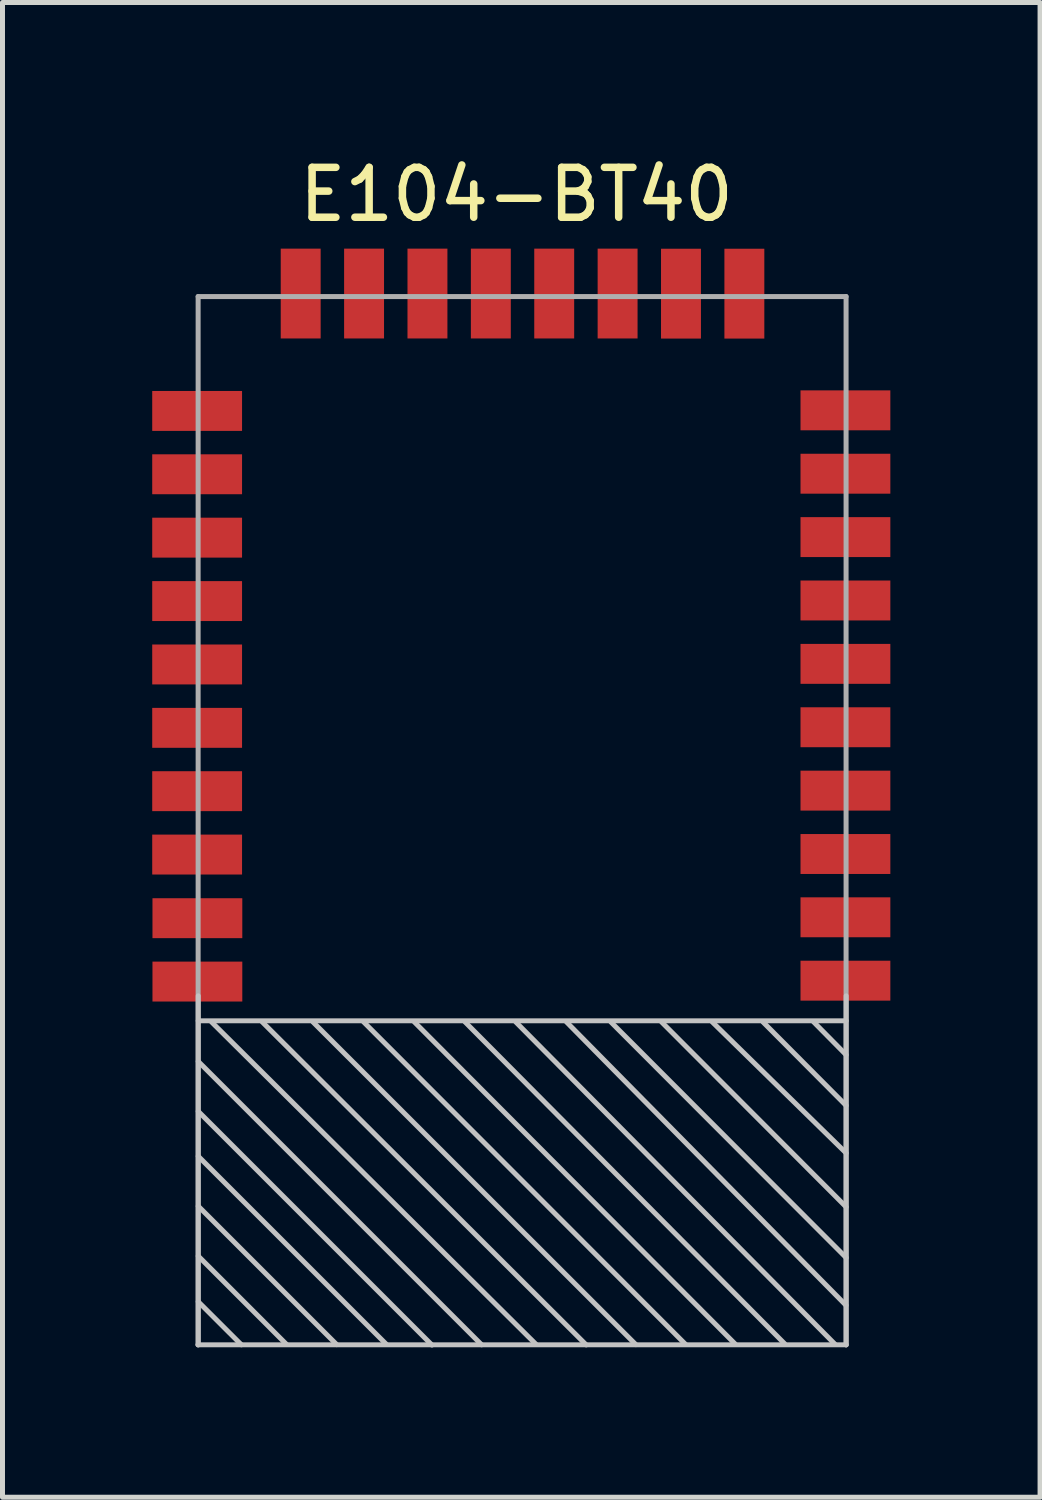
<source format=kicad_pcb>
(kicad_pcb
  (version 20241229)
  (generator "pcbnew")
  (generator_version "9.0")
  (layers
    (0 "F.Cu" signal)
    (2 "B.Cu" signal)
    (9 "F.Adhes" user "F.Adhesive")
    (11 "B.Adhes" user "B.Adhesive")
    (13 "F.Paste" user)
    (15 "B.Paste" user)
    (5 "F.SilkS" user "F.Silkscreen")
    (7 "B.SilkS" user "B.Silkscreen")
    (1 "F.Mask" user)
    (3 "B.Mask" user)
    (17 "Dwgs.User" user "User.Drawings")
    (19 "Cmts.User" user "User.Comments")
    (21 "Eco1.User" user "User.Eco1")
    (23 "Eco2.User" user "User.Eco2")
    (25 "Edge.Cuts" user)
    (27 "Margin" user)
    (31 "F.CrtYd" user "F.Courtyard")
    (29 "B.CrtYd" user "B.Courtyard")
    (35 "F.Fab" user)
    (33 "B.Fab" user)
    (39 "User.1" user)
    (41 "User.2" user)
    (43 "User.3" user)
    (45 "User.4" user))
  (footprint "E104-BT40"
    (layer "F.Cu")
    (at 7.413 10.825)
    (property "Reference" "E104-BT40" (at -0.114 -9.977 180) (layer "F.SilkS") (effects (font (size 1 1) (thickness 0.15))))
    (attr smd)
    (fp_line (start -6.491 6.579) (end 6.492 6.579) (stroke (width 0.1) (type solid)) (layer "Dwgs.User"))
    (fp_line (start -6.491 7.393) (end -0.813 13.071) (stroke (width 0.1) (type solid)) (layer "Dwgs.User"))
    (fp_line (start -6.491 9.293) (end -2.72 13.063) (stroke (width 0.1) (type solid)) (layer "Dwgs.User"))
    (fp_line (start -6.491 11.293) (end -4.719 13.066) (stroke (width 0.1) (type solid)) (layer "Dwgs.User"))
    (fp_line (start -6.491 12.207) (end -5.626 13.071) (stroke (width 0.1) (type solid)) (layer "Dwgs.User"))
    (fp_line (start -6.491 13.073) (end -6.491 6.079) (stroke (width 0.1) (type solid)) (layer "Dwgs.User"))
    (fp_line (start -5.207 6.604) (end 1.283 13.073) (stroke (width 0.1) (type solid)) (layer "Dwgs.User"))
    (fp_line (start -3.716 13.068) (end -6.491 10.293) (stroke (width 0.1) (type solid)) (layer "Dwgs.User"))
    (fp_line (start -3.175 6.604) (end 3.277 13.066) (stroke (width 0.1) (type solid)) (layer "Dwgs.User"))
    (fp_line (start -1.808 13.076) (end -6.491 8.393) (stroke (width 0.1) (type solid)) (layer "Dwgs.User"))
    (fp_line (start -1.143 6.604) (end 5.26 13.051) (stroke (width 0.1) (type solid)) (layer "Dwgs.User"))
    (fp_line (start 0.274 13.058) (end -6.223 6.604) (stroke (width 0.1) (type solid)) (layer "Dwgs.User"))
    (fp_line (start 0.889 6.604) (end 6.49 12.281) (stroke (width 0.1) (type solid)) (layer "Dwgs.User"))
    (fp_line (start 2.278 13.068) (end -4.191 6.604) (stroke (width 0.1) (type solid)) (layer "Dwgs.User"))
    (fp_line (start 2.794 6.604) (end 6.492 10.31) (stroke (width 0.1) (type solid)) (layer "Dwgs.User"))
    (fp_line (start 4.27 13.058) (end -2.159 6.604) (stroke (width 0.1) (type solid)) (layer "Dwgs.User"))
    (fp_line (start 4.826 6.604) (end 6.492 8.278) (stroke (width 0.1) (type solid)) (layer "Dwgs.User"))
    (fp_line (start 6.271 13.063) (end -0.127 6.604) (stroke (width 0.1) (type solid)) (layer "Dwgs.User"))
    (fp_line (start 6.492 6.079) (end 6.492 13.073) (stroke (width 0.1) (type solid)) (layer "Dwgs.User"))
    (fp_line (start 6.492 7.262) (end 5.842 6.604) (stroke (width 0.1) (type solid)) (layer "Dwgs.User"))
    (fp_line (start 6.492 9.23) (end 3.81 6.604) (stroke (width 0.1) (type solid)) (layer "Dwgs.User"))
    (fp_line (start 6.492 11.326) (end 1.778 6.604) (stroke (width 0.1) (type solid)) (layer "Dwgs.User"))
    (fp_line (start 6.492 13.071) (end -6.497 13.071) (stroke (width 0.1) (type solid)) (layer "Dwgs.User"))
    (fp_line (start -6.493 -7.933) (end -6.493 13.071) (stroke (width 0.1) (type solid)) (layer "F.Fab"))
    (fp_line (start 6.49 -7.933) (end -6.493 -7.933) (stroke (width 0.1) (type solid)) (layer "F.Fab"))
    (fp_line (start 6.49 13.071) (end 6.49 -7.933) (stroke (width 0.1) (type solid)) (layer "F.Fab"))
    (pad "1" smd rect (at -6.508 5.793 180) (size 1.8 0.8) (layers "F.Cu" "F.Mask" "F.Paste"))
    (pad "2" smd rect (at -6.508 4.523 180) (size 1.8 0.8) (layers "F.Cu" "F.Mask" "F.Paste"))
    (pad "3" smd rect (at -6.513 3.248 180) (size 1.8 0.8) (layers "F.Cu" "F.Mask" "F.Paste"))
    (pad "4" smd rect (at -6.513 1.978 180) (size 1.8 0.8) (layers "F.Cu" "F.Mask" "F.Paste"))
    (pad "5" smd rect (at -6.513 0.709 180) (size 1.8 0.8) (layers "F.Cu" "F.Mask" "F.Paste"))
    (pad "6" smd rect (at -6.513 -0.561 180) (size 1.8 0.8) (layers "F.Cu" "F.Mask" "F.Paste"))
    (pad "7" smd rect (at -6.513 -1.831 180) (size 1.8 0.8) (layers "F.Cu" "F.Mask" "F.Paste"))
    (pad "8" smd rect (at -6.513 -3.102 180) (size 1.8 0.8) (layers "F.Cu" "F.Mask" "F.Paste"))
    (pad "9" smd rect (at -6.513 -4.372 180) (size 1.8 0.8) (layers "F.Cu" "F.Mask" "F.Paste"))
    (pad "10" smd rect (at -6.513 -5.641 180) (size 1.8 0.8) (layers "F.Cu" "F.Mask" "F.Paste"))
    (pad "11" smd rect (at -4.438 -7.993 270) (size 1.8 0.8) (layers "F.Cu" "F.Mask" "F.Paste"))
    (pad "12" smd rect (at -3.168 -7.993 270) (size 1.8 0.8) (layers "F.Cu" "F.Mask" "F.Paste"))
    (pad "13" smd rect (at -1.898 -7.993 270) (size 1.8 0.8) (layers "F.Cu" "F.Mask" "F.Paste"))
    (pad "14" smd rect (at -0.628 -7.993 270) (size 1.8 0.8) (layers "F.Cu" "F.Mask" "F.Paste"))
    (pad "15" smd rect (at 0.642 -7.993 270) (size 1.8 0.8) (layers "F.Cu" "F.Mask" "F.Paste"))
    (pad "16" smd rect (at 1.912 -7.993 270) (size 1.8 0.8) (layers "F.Cu" "F.Mask" "F.Paste"))
    (pad "17" smd rect (at 3.182 -7.991 270) (size 1.8 0.8) (layers "F.Cu" "F.Mask" "F.Paste"))
    (pad "18" smd rect (at 4.452 -7.991 270) (size 1.8 0.8) (layers "F.Cu" "F.Mask" "F.Paste"))
    (pad "19" smd rect (at 6.477 -5.653 180) (size 1.8 0.8) (layers "F.Cu" "F.Mask" "F.Paste"))
    (pad "20" smd rect (at 6.477 -4.383 180) (size 1.8 0.8) (layers "F.Cu" "F.Mask" "F.Paste"))
    (pad "21" smd rect (at 6.477 -3.113 180) (size 1.8 0.8) (layers "F.Cu" "F.Mask" "F.Paste"))
    (pad "22" smd rect (at 6.477 -1.843 180) (size 1.8 0.8) (layers "F.Cu" "F.Mask" "F.Paste"))
    (pad "23" smd rect (at 6.477 -0.573 180) (size 1.8 0.8) (layers "F.Cu" "F.Mask" "F.Paste"))
    (pad "24" smd rect (at 6.477 0.697 180) (size 1.8 0.8) (layers "F.Cu" "F.Mask" "F.Paste"))
    (pad "25" smd rect (at 6.477 1.967 180) (size 1.8 0.8) (layers "F.Cu" "F.Mask" "F.Paste"))
    (pad "26" smd rect (at 6.477 3.237 180) (size 1.8 0.8) (layers "F.Cu" "F.Mask" "F.Paste"))
    (pad "27" smd rect (at 6.477 4.505 180) (size 1.8 0.8) (layers "F.Cu" "F.Mask" "F.Paste"))
    (pad "28" smd rect (at 6.477 5.775 180) (size 1.8 0.8) (layers "F.Cu" "F.Mask" "F.Paste")))
  (gr_rect
    (start -3 -3)
    (end 17.79 26.951)
    (stroke (width 0.1) (type default))
    (fill no)
    (layer "Edge.Cuts")))
</source>
